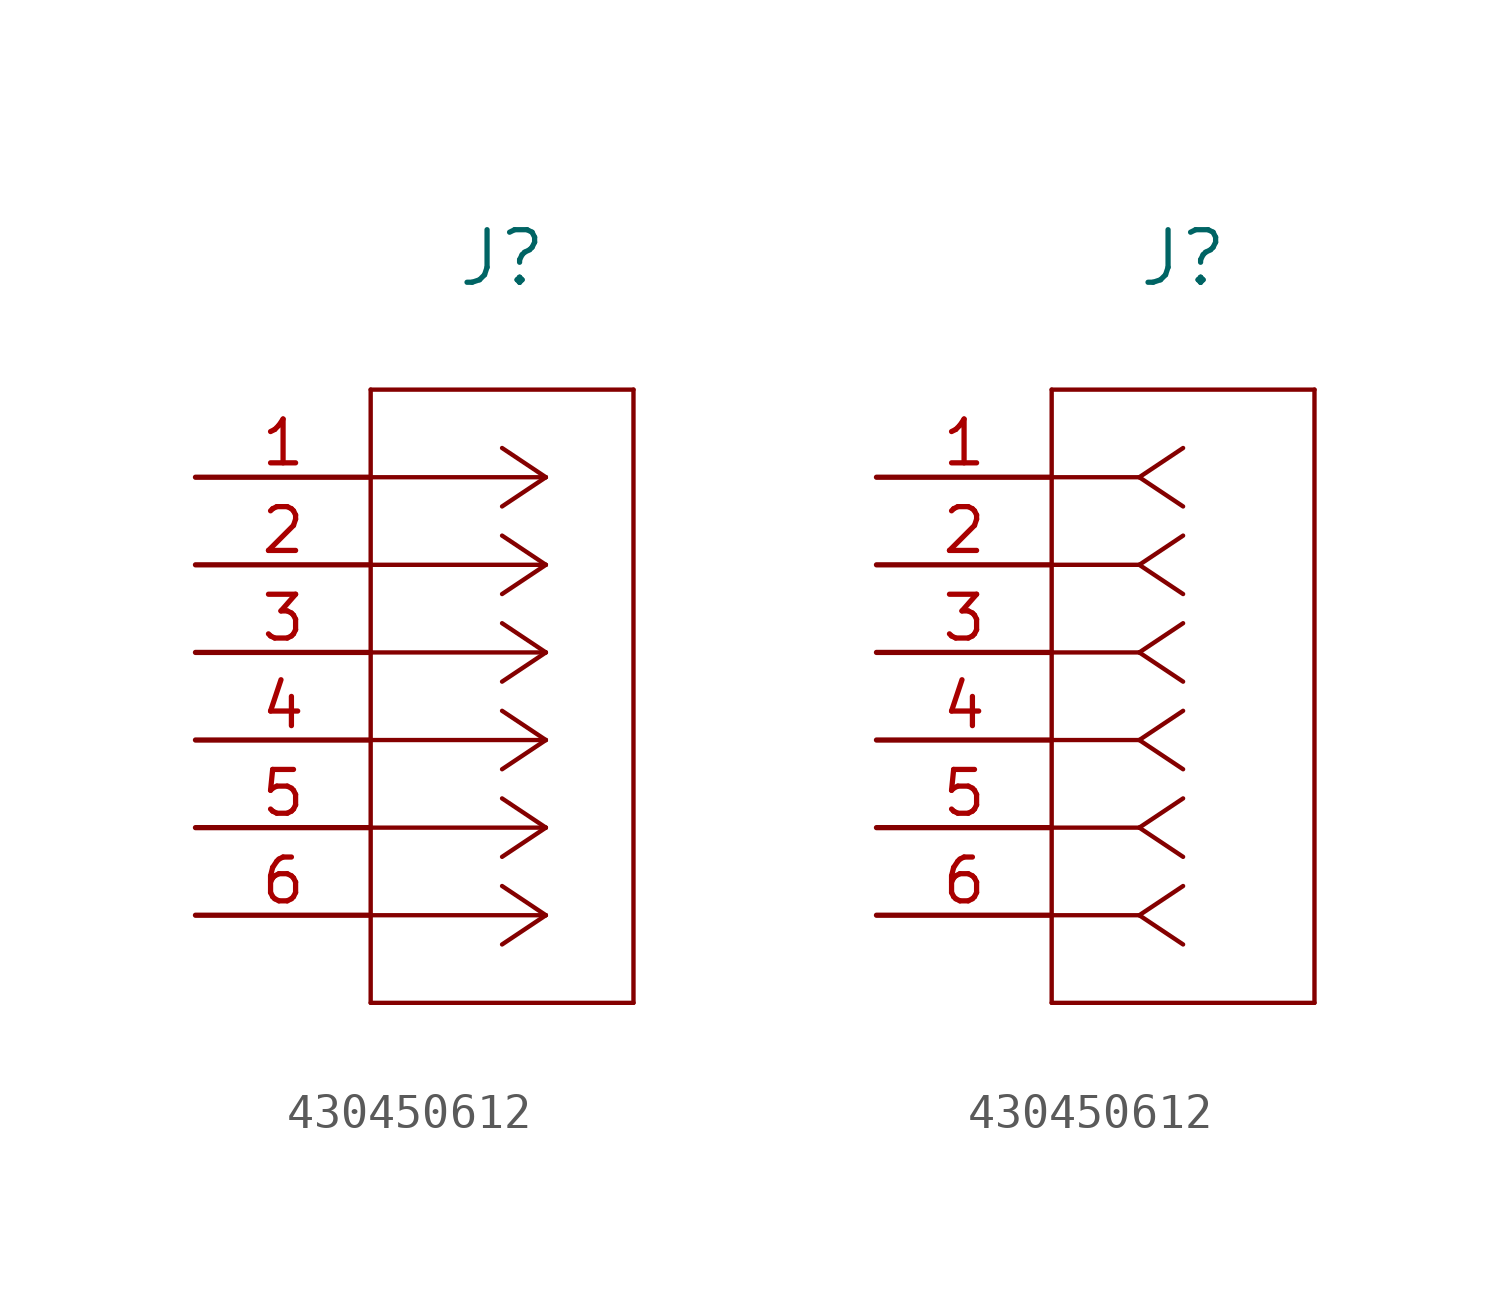
<source format=kicad_sym>
(kicad_symbol_lib
  (version 20220914)
  (generator kicad_symbol_editor)
  (symbol "430450612"
    (pin_names
      (offset 0) hide)
    (property "Reference" "J"
      (at 8.89 6.35 0)
      (effects (font (size 1.524 1.524))))
    (symbol "430450612_1_1"
      (polyline (pts (xy 5.08 -15.24) (xy 12.7 -15.24)) (stroke (width 0.127) (type default)) (fill (type none)))
      (polyline (pts (xy 5.08 2.54) (xy 5.08 -15.24)) (stroke (width 0.127) (type default)) (fill (type none)))
      (polyline (pts (xy 10.16 -12.7) (xy 5.08 -12.7)) (stroke (width 0.127) (type default)) (fill (type none)))
      (polyline (pts (xy 10.16 -12.7) (xy 8.89 -13.547)) (stroke (width 0.127) (type default)) (fill (type none)))
      (polyline (pts (xy 10.16 -12.7) (xy 8.89 -11.853)) (stroke (width 0.127) (type default)) (fill (type none)))
      (polyline (pts (xy 10.16 -10.16) (xy 5.08 -10.16)) (stroke (width 0.127) (type default)) (fill (type none)))
      (polyline (pts (xy 10.16 -10.16) (xy 8.89 -11.007)) (stroke (width 0.127) (type default)) (fill (type none)))
      (polyline (pts (xy 10.16 -10.16) (xy 8.89 -9.313)) (stroke (width 0.127) (type default)) (fill (type none)))
      (polyline (pts (xy 10.16 -7.62) (xy 5.08 -7.62)) (stroke (width 0.127) (type default)) (fill (type none)))
      (polyline (pts (xy 10.16 -7.62) (xy 8.89 -8.467)) (stroke (width 0.127) (type default)) (fill (type none)))
      (polyline (pts (xy 10.16 -7.62) (xy 8.89 -6.773)) (stroke (width 0.127) (type default)) (fill (type none)))
      (polyline (pts (xy 10.16 -5.08) (xy 5.08 -5.08)) (stroke (width 0.127) (type default)) (fill (type none)))
      (polyline (pts (xy 10.16 -5.08) (xy 8.89 -5.927)) (stroke (width 0.127) (type default)) (fill (type none)))
      (polyline (pts (xy 10.16 -5.08) (xy 8.89 -4.233)) (stroke (width 0.127) (type default)) (fill (type none)))
      (polyline (pts (xy 10.16 -2.54) (xy 5.08 -2.54)) (stroke (width 0.127) (type default)) (fill (type none)))
      (polyline (pts (xy 10.16 -2.54) (xy 8.89 -3.387)) (stroke (width 0.127) (type default)) (fill (type none)))
      (polyline (pts (xy 10.16 -2.54) (xy 8.89 -1.693)) (stroke (width 0.127) (type default)) (fill (type none)))
      (polyline (pts (xy 10.16 0) (xy 5.08 0)) (stroke (width 0.127) (type default)) (fill (type none)))
      (polyline (pts (xy 10.16 0) (xy 8.89 -0.847)) (stroke (width 0.127) (type default)) (fill (type none)))
      (polyline (pts (xy 10.16 0) (xy 8.89 0.847)) (stroke (width 0.127) (type default)) (fill (type none)))
      (polyline (pts (xy 12.7 -15.24) (xy 12.7 2.54)) (stroke (width 0.127) (type default)) (fill (type none)))
      (polyline (pts (xy 12.7 2.54) (xy 5.08 2.54)) (stroke (width 0.127) (type default)) (fill (type none)))
      (pin unspecified line (at 0 0 0) (length 5.08) (name "1" (effects (font (size 1.27 1.27)))) (number "1" (effects (font (size 1.27 1.27)))))
      (pin unspecified line (at 0 -2.54 0) (length 5.08) (name "2" (effects (font (size 1.27 1.27)))) (number "2" (effects (font (size 1.27 1.27)))))
      (pin unspecified line (at 0 -5.08 0) (length 5.08) (name "3" (effects (font (size 1.27 1.27)))) (number "3" (effects (font (size 1.27 1.27)))))
      (pin unspecified line (at 0 -7.62 0) (length 5.08) (name "4" (effects (font (size 1.27 1.27)))) (number "4" (effects (font (size 1.27 1.27)))))
      (pin unspecified line (at 0 -10.16 0) (length 5.08) (name "5" (effects (font (size 1.27 1.27)))) (number "5" (effects (font (size 1.27 1.27)))))
      (pin unspecified line (at 0 -12.7 0) (length 5.08) (name "6" (effects (font (size 1.27 1.27)))) (number "6" (effects (font (size 1.27 1.27))))))
    (symbol "430450612_1_2"
      (polyline (pts (xy 5.08 -15.24) (xy 12.7 -15.24)) (stroke (width 0.127) (type default)) (fill (type none)))
      (polyline (pts (xy 5.08 2.54) (xy 5.08 -15.24)) (stroke (width 0.127) (type default)) (fill (type none)))
      (polyline (pts (xy 7.62 -12.7) (xy 5.08 -12.7)) (stroke (width 0.127) (type default)) (fill (type none)))
      (polyline (pts (xy 7.62 -12.7) (xy 8.89 -13.547)) (stroke (width 0.127) (type default)) (fill (type none)))
      (polyline (pts (xy 7.62 -12.7) (xy 8.89 -11.853)) (stroke (width 0.127) (type default)) (fill (type none)))
      (polyline (pts (xy 7.62 -10.16) (xy 5.08 -10.16)) (stroke (width 0.127) (type default)) (fill (type none)))
      (polyline (pts (xy 7.62 -10.16) (xy 8.89 -11.007)) (stroke (width 0.127) (type default)) (fill (type none)))
      (polyline (pts (xy 7.62 -10.16) (xy 8.89 -9.313)) (stroke (width 0.127) (type default)) (fill (type none)))
      (polyline (pts (xy 7.62 -7.62) (xy 5.08 -7.62)) (stroke (width 0.127) (type default)) (fill (type none)))
      (polyline (pts (xy 7.62 -7.62) (xy 8.89 -8.467)) (stroke (width 0.127) (type default)) (fill (type none)))
      (polyline (pts (xy 7.62 -7.62) (xy 8.89 -6.773)) (stroke (width 0.127) (type default)) (fill (type none)))
      (polyline (pts (xy 7.62 -5.08) (xy 5.08 -5.08)) (stroke (width 0.127) (type default)) (fill (type none)))
      (polyline (pts (xy 7.62 -5.08) (xy 8.89 -5.927)) (stroke (width 0.127) (type default)) (fill (type none)))
      (polyline (pts (xy 7.62 -5.08) (xy 8.89 -4.233)) (stroke (width 0.127) (type default)) (fill (type none)))
      (polyline (pts (xy 7.62 -2.54) (xy 5.08 -2.54)) (stroke (width 0.127) (type default)) (fill (type none)))
      (polyline (pts (xy 7.62 -2.54) (xy 8.89 -3.387)) (stroke (width 0.127) (type default)) (fill (type none)))
      (polyline (pts (xy 7.62 -2.54) (xy 8.89 -1.693)) (stroke (width 0.127) (type default)) (fill (type none)))
      (polyline (pts (xy 7.62 0) (xy 5.08 0)) (stroke (width 0.127) (type default)) (fill (type none)))
      (polyline (pts (xy 7.62 0) (xy 8.89 -0.847)) (stroke (width 0.127) (type default)) (fill (type none)))
      (polyline (pts (xy 7.62 0) (xy 8.89 0.847)) (stroke (width 0.127) (type default)) (fill (type none)))
      (polyline (pts (xy 12.7 -15.24) (xy 12.7 2.54)) (stroke (width 0.127) (type default)) (fill (type none)))
      (polyline (pts (xy 12.7 2.54) (xy 5.08 2.54)) (stroke (width 0.127) (type default)) (fill (type none)))
      (pin unspecified line (at 0 0 0) (length 5.08) (name "1" (effects (font (size 1.27 1.27)))) (number "1" (effects (font (size 1.27 1.27)))))
      (pin unspecified line (at 0 -2.54 0) (length 5.08) (name "2" (effects (font (size 1.27 1.27)))) (number "2" (effects (font (size 1.27 1.27)))))
      (pin unspecified line (at 0 -5.08 0) (length 5.08) (name "3" (effects (font (size 1.27 1.27)))) (number "3" (effects (font (size 1.27 1.27)))))
      (pin unspecified line (at 0 -7.62 0) (length 5.08) (name "4" (effects (font (size 1.27 1.27)))) (number "4" (effects (font (size 1.27 1.27)))))
      (pin unspecified line (at 0 -10.16 0) (length 5.08) (name "5" (effects (font (size 1.27 1.27)))) (number "5" (effects (font (size 1.27 1.27)))))
      (pin unspecified line (at 0 -12.7 0) (length 5.08) (name "6" (effects (font (size 1.27 1.27)))) (number "6" (effects (font (size 1.27 1.27))))))))
</source>
